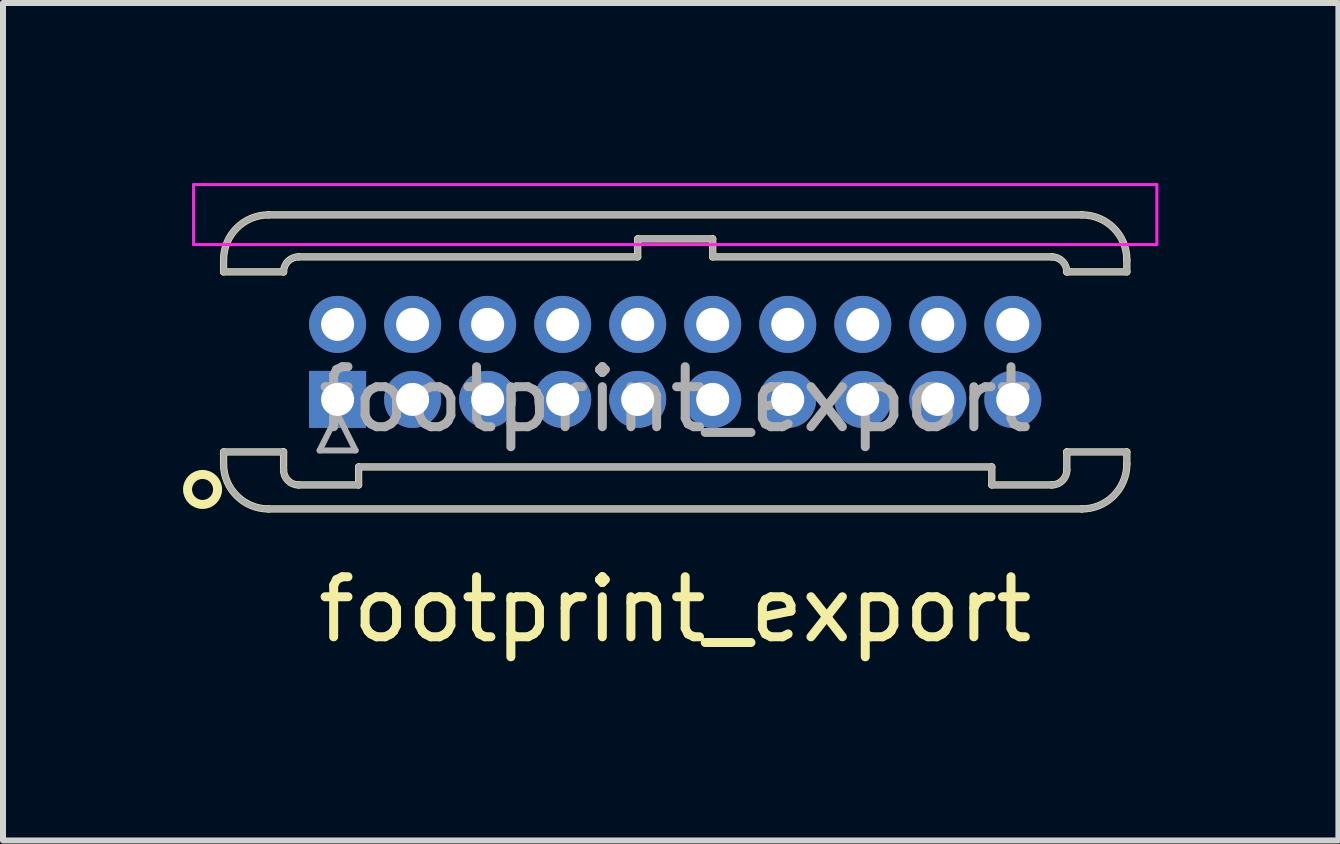
<source format=kicad_pcb>
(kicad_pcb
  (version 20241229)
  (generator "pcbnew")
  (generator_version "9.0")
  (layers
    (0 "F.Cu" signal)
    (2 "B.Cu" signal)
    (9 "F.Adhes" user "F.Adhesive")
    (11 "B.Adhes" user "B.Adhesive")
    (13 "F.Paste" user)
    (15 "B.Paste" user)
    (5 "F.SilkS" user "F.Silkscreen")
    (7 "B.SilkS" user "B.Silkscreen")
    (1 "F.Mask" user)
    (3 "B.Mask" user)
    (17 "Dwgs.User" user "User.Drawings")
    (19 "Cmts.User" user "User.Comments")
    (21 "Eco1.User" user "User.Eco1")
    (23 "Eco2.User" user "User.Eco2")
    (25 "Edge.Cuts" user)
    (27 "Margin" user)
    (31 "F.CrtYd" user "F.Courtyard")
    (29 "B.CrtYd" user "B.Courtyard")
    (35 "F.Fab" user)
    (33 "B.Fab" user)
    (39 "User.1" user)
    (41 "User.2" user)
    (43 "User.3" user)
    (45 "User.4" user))
  (footprint "footprint_export"
    (layer "F.Cu")
    (at 2.575 3.605)
    (property "Reference" "footprint_export" (at 5.625 3.5 0) (layer "F.SilkS") (effects (font (size 1 1) (thickness 0.15))))
    (attr through_hole)
    (fp_line (start -1.9 -2.325) (end -1.9 -2.125) (stroke (width 0.12) (type solid)) (layer "F.SilkS"))
    (fp_line (start -1.9 -2.125) (end -0.9 -2.125) (stroke (width 0.12) (type solid)) (layer "F.SilkS"))
    (fp_line (start -1.9 0.875) (end -0.9 0.875) (stroke (width 0.12) (type solid)) (layer "F.SilkS"))
    (fp_line (start -1.9 1.075) (end -1.9 0.875) (stroke (width 0.12) (type solid)) (layer "F.SilkS"))
    (fp_line (start -1.15 -3.075) (end 12.4 -3.075) (stroke (width 0.12) (type solid)) (layer "F.SilkS"))
    (fp_line (start -1.15 1.825) (end 12.4 1.825) (stroke (width 0.12) (type solid)) (layer "F.SilkS"))
    (fp_line (start -0.9 -2.125) (end -0.9 -2.125) (stroke (width 0.12) (type solid)) (layer "F.SilkS"))
    (fp_line (start -0.9 0.875) (end -0.9 0.875) (stroke (width 0.12) (type solid)) (layer "F.SilkS"))
    (fp_line (start -0.9 1.175) (end -0.9 0.875) (stroke (width 0.12) (type solid)) (layer "F.SilkS"))
    (fp_line (start -0.65 -2.375) (end 5 -2.375) (stroke (width 0.12) (type solid)) (layer "F.SilkS"))
    (fp_line (start -0.65 1.425) (end 0.35 1.425) (stroke (width 0.12) (type solid)) (layer "F.SilkS"))
    (fp_line (start 0.35 1.125) (end 10.9 1.125) (stroke (width 0.12) (type solid)) (layer "F.SilkS"))
    (fp_line (start 0.35 1.425) (end 0.35 1.125) (stroke (width 0.12) (type solid)) (layer "F.SilkS"))
    (fp_line (start 5 -2.675) (end 6.25 -2.675) (stroke (width 0.12) (type solid)) (layer "F.SilkS"))
    (fp_line (start 5 -2.375) (end 5 -2.675) (stroke (width 0.12) (type solid)) (layer "F.SilkS"))
    (fp_line (start 6.25 -2.675) (end 6.25 -2.375) (stroke (width 0.12) (type solid)) (layer "F.SilkS"))
    (fp_line (start 6.25 -2.375) (end 11.9 -2.375) (stroke (width 0.12) (type solid)) (layer "F.SilkS"))
    (fp_line (start 10.9 1.125) (end 10.9 1.425) (stroke (width 0.12) (type solid)) (layer "F.SilkS"))
    (fp_line (start 10.9 1.425) (end 11.9 1.425) (stroke (width 0.12) (type solid)) (layer "F.SilkS"))
    (fp_line (start 12.15 -2.125) (end 12.15 -2.125) (stroke (width 0.12) (type solid)) (layer "F.SilkS"))
    (fp_line (start 12.15 0.875) (end 12.15 0.875) (stroke (width 0.12) (type solid)) (layer "F.SilkS"))
    (fp_line (start 12.15 1.175) (end 12.15 0.875) (stroke (width 0.12) (type solid)) (layer "F.SilkS"))
    (fp_line (start 13.15 -2.325) (end 13.15 -2.125) (stroke (width 0.12) (type solid)) (layer "F.SilkS"))
    (fp_line (start 13.15 -2.125) (end 12.15 -2.125) (stroke (width 0.12) (type solid)) (layer "F.SilkS"))
    (fp_line (start 13.15 0.875) (end 12.15 0.875) (stroke (width 0.12) (type solid)) (layer "F.SilkS"))
    (fp_line (start 13.15 1.075) (end 13.15 0.875) (stroke (width 0.12) (type solid)) (layer "F.SilkS"))
    (fp_arc (start -1.9 -2.325) (mid -1.68033 -2.85533) (end -1.15 -3.075) (stroke (width 0.12) (type solid)) (layer "F.SilkS"))
    (fp_arc (start -1.15 1.825) (mid -1.68033 1.60533) (end -1.9 1.075) (stroke (width 0.12) (type solid)) (layer "F.SilkS"))
    (fp_arc (start -0.9 -2.125) (mid -0.826777 -2.301777) (end -0.65 -2.375) (stroke (width 0.12) (type solid)) (layer "F.SilkS"))
    (fp_arc (start -0.65 1.425) (mid -0.826777 1.351777) (end -0.9 1.175) (stroke (width 0.12) (type solid)) (layer "F.SilkS"))
    (fp_arc (start 11.9 -2.375) (mid 12.076777 -2.301777) (end 12.15 -2.125) (stroke (width 0.12) (type solid)) (layer "F.SilkS"))
    (fp_arc (start 12.15 1.175) (mid 12.076777 1.351777) (end 11.9 1.425) (stroke (width 0.12) (type solid)) (layer "F.SilkS"))
    (fp_arc (start 12.4 -3.075) (mid 12.93033 -2.85533) (end 13.15 -2.325) (stroke (width 0.12) (type solid)) (layer "F.SilkS"))
    (fp_arc (start 13.15 1.075) (mid 12.93033 1.60533) (end 12.4 1.825) (stroke (width 0.12) (type solid)) (layer "F.SilkS"))
    (fp_circle (center -2.25 1.5) (end -2 1.5) (stroke (width 0.15) (type solid)) (fill no) (layer "F.SilkS"))
    (fp_line (start -2.4 -3.58) (end -2.4 -2.58) (stroke (width 0.05) (type solid)) (layer "F.CrtYd"))
    (fp_line (start -2.4 -2.58) (end 13.65 -2.58) (stroke (width 0.05) (type solid)) (layer "F.CrtYd"))
    (fp_line (start 13.65 -3.58) (end -2.4 -3.58) (stroke (width 0.05) (type solid)) (layer "F.CrtYd"))
    (fp_line (start 13.65 -2.58) (end 13.65 -3.58) (stroke (width 0.05) (type solid)) (layer "F.CrtYd"))
    (fp_line (start -1.9 -2.325) (end -1.9 -2.125) (stroke (width 0.1) (type solid)) (layer "F.Fab"))
    (fp_line (start -1.9 -2.125) (end -0.9 -2.125) (stroke (width 0.1) (type solid)) (layer "F.Fab"))
    (fp_line (start -1.9 0.875) (end -0.9 0.875) (stroke (width 0.1) (type solid)) (layer "F.Fab"))
    (fp_line (start -1.9 1.075) (end -1.9 0.875) (stroke (width 0.1) (type solid)) (layer "F.Fab"))
    (fp_line (start -1.15 -3.075) (end 12.4 -3.075) (stroke (width 0.1) (type solid)) (layer "F.Fab"))
    (fp_line (start -1.15 1.825) (end 12.4 1.825) (stroke (width 0.1) (type solid)) (layer "F.Fab"))
    (fp_line (start -0.9 -2.125) (end -0.9 -2.125) (stroke (width 0.1) (type solid)) (layer "F.Fab"))
    (fp_line (start -0.9 0.875) (end -0.9 0.875) (stroke (width 0.1) (type solid)) (layer "F.Fab"))
    (fp_line (start -0.9 1.175) (end -0.9 0.875) (stroke (width 0.1) (type solid)) (layer "F.Fab"))
    (fp_line (start -0.65 -2.375) (end 5 -2.375) (stroke (width 0.1) (type solid)) (layer "F.Fab"))
    (fp_line (start -0.65 1.425) (end 0.35 1.425) (stroke (width 0.1) (type solid)) (layer "F.Fab"))
    (fp_line (start -0.3 0.85) (end 0.3 0.85) (stroke (width 0.1) (type solid)) (layer "F.Fab"))
    (fp_line (start 0 0.25) (end -0.3 0.85) (stroke (width 0.1) (type solid)) (layer "F.Fab"))
    (fp_line (start 0.3 0.85) (end 0 0.25) (stroke (width 0.1) (type solid)) (layer "F.Fab"))
    (fp_line (start 0.35 1.125) (end 10.9 1.125) (stroke (width 0.1) (type solid)) (layer "F.Fab"))
    (fp_line (start 0.35 1.425) (end 0.35 1.125) (stroke (width 0.1) (type solid)) (layer "F.Fab"))
    (fp_line (start 5 -2.675) (end 6.25 -2.675) (stroke (width 0.1) (type solid)) (layer "F.Fab"))
    (fp_line (start 5 -2.375) (end 5 -2.675) (stroke (width 0.1) (type solid)) (layer "F.Fab"))
    (fp_line (start 6.25 -2.675) (end 6.25 -2.375) (stroke (width 0.1) (type solid)) (layer "F.Fab"))
    (fp_line (start 6.25 -2.375) (end 11.9 -2.375) (stroke (width 0.1) (type solid)) (layer "F.Fab"))
    (fp_line (start 10.9 1.125) (end 10.9 1.425) (stroke (width 0.1) (type solid)) (layer "F.Fab"))
    (fp_line (start 10.9 1.425) (end 11.9 1.425) (stroke (width 0.1) (type solid)) (layer "F.Fab"))
    (fp_line (start 12.15 -2.125) (end 12.15 -2.125) (stroke (width 0.1) (type solid)) (layer "F.Fab"))
    (fp_line (start 12.15 0.875) (end 12.15 0.875) (stroke (width 0.1) (type solid)) (layer "F.Fab"))
    (fp_line (start 12.15 1.175) (end 12.15 0.875) (stroke (width 0.1) (type solid)) (layer "F.Fab"))
    (fp_line (start 13.15 -2.325) (end 13.15 -2.125) (stroke (width 0.1) (type solid)) (layer "F.Fab"))
    (fp_line (start 13.15 -2.125) (end 12.15 -2.125) (stroke (width 0.1) (type solid)) (layer "F.Fab"))
    (fp_line (start 13.15 0.875) (end 12.15 0.875) (stroke (width 0.1) (type solid)) (layer "F.Fab"))
    (fp_line (start 13.15 1.075) (end 13.15 0.875) (stroke (width 0.1) (type solid)) (layer "F.Fab"))
    (fp_arc (start -1.9 -2.325) (mid -1.68033 -2.85533) (end -1.15 -3.075) (stroke (width 0.1) (type solid)) (layer "F.Fab"))
    (fp_arc (start -1.15 1.825) (mid -1.68033 1.60533) (end -1.9 1.075) (stroke (width 0.1) (type solid)) (layer "F.Fab"))
    (fp_arc (start -0.9 -2.125) (mid -0.826777 -2.301777) (end -0.65 -2.375) (stroke (width 0.1) (type solid)) (layer "F.Fab"))
    (fp_arc (start -0.65 1.425) (mid -0.826777 1.351777) (end -0.9 1.175) (stroke (width 0.1) (type solid)) (layer "F.Fab"))
    (fp_arc (start 11.9 -2.375) (mid 12.076777 -2.301777) (end 12.15 -2.125) (stroke (width 0.1) (type solid)) (layer "F.Fab"))
    (fp_arc (start 12.15 1.175) (mid 12.076777 1.351777) (end 11.9 1.425) (stroke (width 0.1) (type solid)) (layer "F.Fab"))
    (fp_arc (start 12.4 -3.075) (mid 12.93033 -2.85533) (end 13.15 -2.325) (stroke (width 0.1) (type solid)) (layer "F.Fab"))
    (fp_arc (start 13.15 1.075) (mid 12.93033 1.60533) (end 12.4 1.825) (stroke (width 0.1) (type solid)) (layer "F.Fab"))
    (fp_text user "${REFERENCE}" (at 5.625 0 0) (layer "F.Fab") (effects (font (size 1 1) (thickness 0.15))))
    (pad "1" thru_hole rect (at 0 0) (size 0.95 0.95) (drill 0.55) (layers "*.Cu" "*.Mask"))
    (pad "2" thru_hole circle (at 0 -1.25) (size 0.95 0.95) (drill 0.55) (layers "*.Cu" "*.Mask"))
    (pad "3" thru_hole circle (at 1.25 0) (size 0.95 0.95) (drill 0.55) (layers "*.Cu" "*.Mask"))
    (pad "4" thru_hole circle (at 1.25 -1.25) (size 0.95 0.95) (drill 0.55) (layers "*.Cu" "*.Mask"))
    (pad "5" thru_hole circle (at 2.5 0) (size 0.95 0.95) (drill 0.55) (layers "*.Cu" "*.Mask"))
    (pad "6" thru_hole circle (at 2.5 -1.25) (size 0.95 0.95) (drill 0.55) (layers "*.Cu" "*.Mask"))
    (pad "7" thru_hole circle (at 3.75 0) (size 0.95 0.95) (drill 0.55) (layers "*.Cu" "*.Mask"))
    (pad "8" thru_hole circle (at 3.75 -1.25) (size 0.95 0.95) (drill 0.55) (layers "*.Cu" "*.Mask"))
    (pad "9" thru_hole circle (at 5 0) (size 0.95 0.95) (drill 0.55) (layers "*.Cu" "*.Mask"))
    (pad "10" thru_hole circle (at 5 -1.25) (size 0.95 0.95) (drill 0.55) (layers "*.Cu" "*.Mask"))
    (pad "11" thru_hole circle (at 6.25 0) (size 0.95 0.95) (drill 0.55) (layers "*.Cu" "*.Mask"))
    (pad "12" thru_hole circle (at 6.25 -1.25) (size 0.95 0.95) (drill 0.55) (layers "*.Cu" "*.Mask"))
    (pad "13" thru_hole circle (at 7.5 0) (size 0.95 0.95) (drill 0.55) (layers "*.Cu" "*.Mask"))
    (pad "14" thru_hole circle (at 7.5 -1.25) (size 0.95 0.95) (drill 0.55) (layers "*.Cu" "*.Mask"))
    (pad "15" thru_hole circle (at 8.75 0) (size 0.95 0.95) (drill 0.55) (layers "*.Cu" "*.Mask"))
    (pad "16" thru_hole circle (at 8.75 -1.25) (size 0.95 0.95) (drill 0.55) (layers "*.Cu" "*.Mask"))
    (pad "17" thru_hole circle (at 10 0) (size 0.95 0.95) (drill 0.55) (layers "*.Cu" "*.Mask"))
    (pad "18" thru_hole circle (at 10 -1.25) (size 0.95 0.95) (drill 0.55) (layers "*.Cu" "*.Mask"))
    (pad "19" thru_hole circle (at 11.25 0) (size 0.95 0.95) (drill 0.55) (layers "*.Cu" "*.Mask"))
    (pad "20" thru_hole circle (at 11.25 -1.25) (size 0.95 0.95) (drill 0.55) (layers "*.Cu" "*.Mask")))
  (gr_rect
    (start -3 -3)
    (end 19.25 10.953)
    (stroke (width 0.1) (type default))
    (fill no)
    (layer "Edge.Cuts")))
</source>
